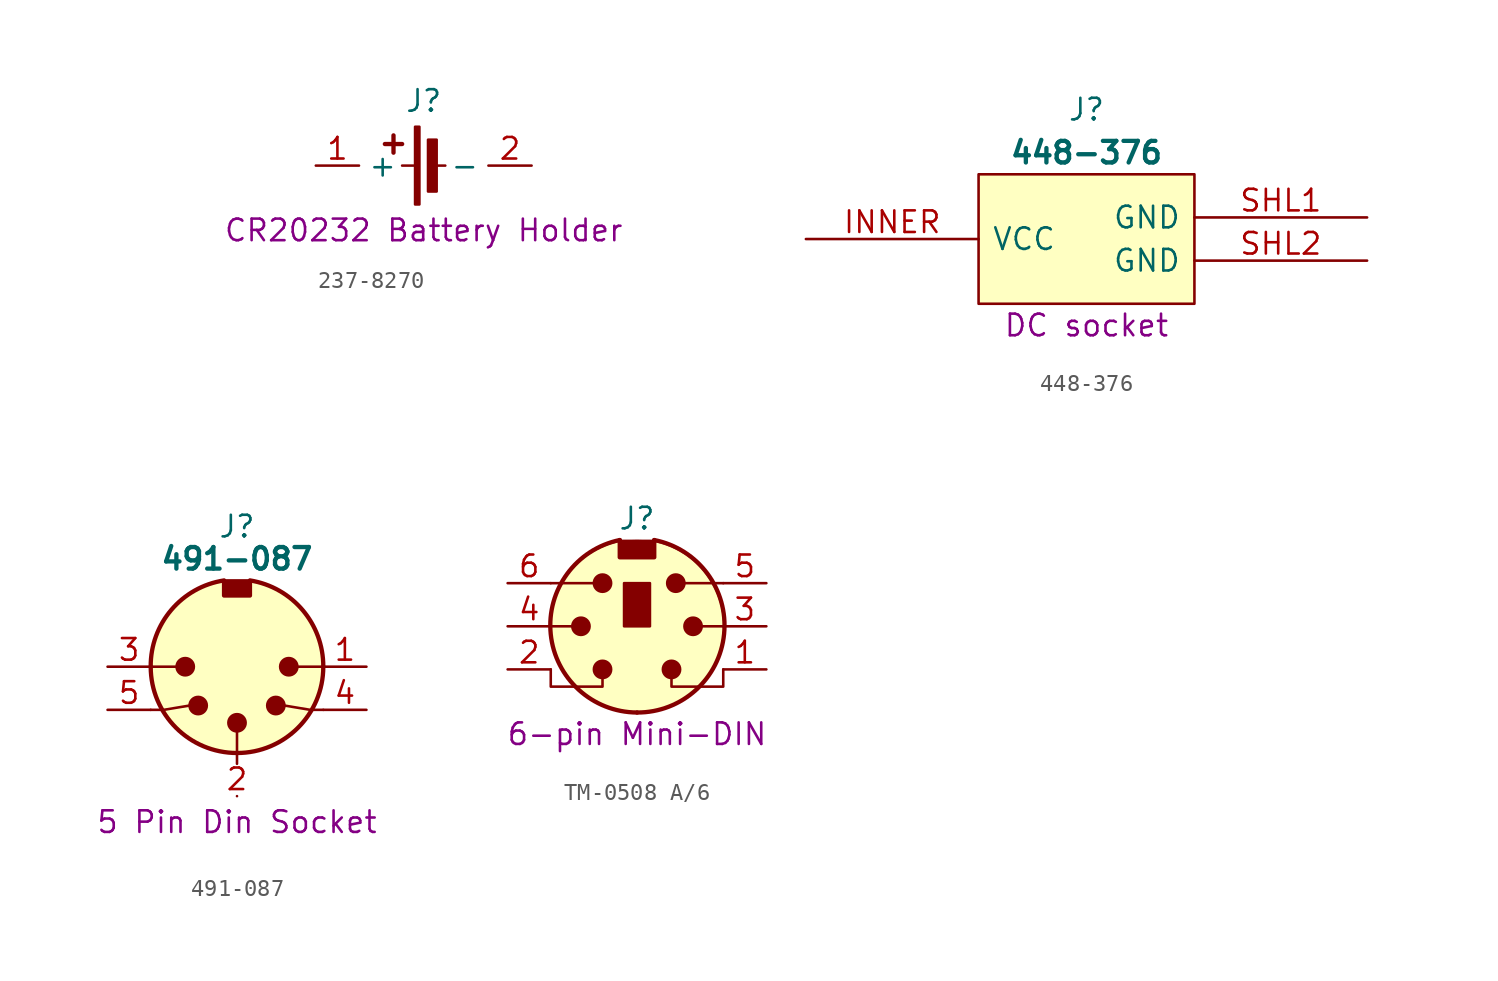
<source format=kicad_sym>
(kicad_symbol_lib
  (version 20231120)
  (generator "kicad_symbol_editor")
  (generator_version "8.0")
  (symbol "237-8270"
    (property "Reference" "J"
      (at 17.78 6.35 0)
      (effects (font (size 1.27 1.27))))
    (property "Value" ""
      (at 0 0 0)
      (effects (font (size 1.27 1.27))))
    (property "Description" "CR20232 Battery Holder"
      (at 17.78 -1.27 0)
      (effects (font (size 1.27 1.27))))
    (symbol "237-8270_0_1"
      (polyline (pts (xy 15.494 3.81) (xy 16.51 3.81)) (stroke (width 0.254) (type default)) (fill (type none)))
      (polyline (pts (xy 16.002 3.302) (xy 16.002 4.318)) (stroke (width 0.254) (type default)) (fill (type none)))
      (polyline (pts (xy 17.272 2.54) (xy 16.51 2.54)) (stroke (width 0) (type default)) (fill (type none)))
      (polyline (pts (xy 18.288 2.54) (xy 19.05 2.54)) (stroke (width 0) (type default)) (fill (type none)))
      (rectangle (start 17.272 0.254) (end 17.526 4.826) (stroke (width 0) (type default)) (fill (type outline)))
      (rectangle (start 18.034 1.016) (end 18.542 4.064) (stroke (width 0) (type default)) (fill (type outline))))
    (symbol "237-8270_1_1"
      (pin passive line (at 11.43 2.54 0) (length 2.54) (name "+" (effects (font (size 1.27 1.27)))) (number "1" (effects (font (size 1.27 1.27)))))
      (pin passive line (at 24.13 2.54 180) (length 2.54) (name "-" (effects (font (size 1.27 1.27)))) (number "2" (effects (font (size 1.27 1.27)))))))
  (symbol "448-376"
    (pin_names
      (offset 0.762))
    (property "Reference" "J"
      (at 11.43 6.35 0)
      (effects (font (size 1.27 1.27))))
    (property "Value" "448-376"
      (at 11.43 3.81 0)
      (effects (font (size 1.27 1.27) (bold yes))))
    (property "Description" "DC socket"
      (at 11.43 -6.35 0)
      (effects (font (size 1.27 1.27))))
    (symbol "448-376_0_1"
      (polyline (pts (xy 5.08 2.54) (xy 17.78 2.54) (xy 17.78 -5.08) (xy 5.08 -5.08) (xy 5.08 2.54)) (stroke (width 0.152) (type default)) (fill (type background))))
    (symbol "448-376_1_0"
      (pin passive line (at -5.08 -1.27 0) (length 10.16) (name "VCC" (effects (font (size 1.27 1.27)))) (number "INNER" (effects (font (size 1.27 1.27)))))
      (pin passive line (at 27.94 0 180) (length 10.16) (name "GND" (effects (font (size 1.27 1.27)))) (number "SHL1" (effects (font (size 1.27 1.27)))))
      (pin passive line (at 27.94 -2.54 180) (length 10.16) (name "GND" (effects (font (size 1.27 1.27)))) (number "SHL2" (effects (font (size 1.27 1.27)))))))
  (symbol "491-087"
    (pin_names
      (offset 0.762))
    (property "Reference" "J"
      (at 7.62 8.255 0)
      (effects (font (size 1.27 1.27))))
    (property "Value" "491-087"
      (at 7.62 6.35 0)
      (effects (font (size 1.27 1.27) (bold yes))))
    (property "Description" "5 Pin Din Socket"
      (at 7.62 -9.144 0)
      (effects (font (size 1.27 1.27))))
    (symbol "491-087_0_0"
      (pin no_connect line (at 0 -5.08 0) (length 7) hide (name "" (effects (font (size 1.27 1.27)))) (number "6" (effects (font (size 1.27 1.27)))))
      (pin no_connect line (at 15.24 -5.08 180) (length 7) hide (name "" (effects (font (size 1.27 1.27)))) (number "7" (effects (font (size 1.27 1.27))))))
    (symbol "491-087_0_1"
      (polyline (pts (xy 2.54 0) (xy 4.064 0)) (stroke (width 0) (type default)) (fill (type none)))
      (polyline (pts (xy 7.62 -5.715) (xy 7.62 -3.81)) (stroke (width 0) (type default)) (fill (type none)))
      (polyline (pts (xy 12.7 0) (xy 11.176 0)) (stroke (width 0) (type default)) (fill (type none)))
      (polyline (pts (xy 2.54 -2.54) (xy 3.302 -2.54) (xy 4.826 -2.286)) (stroke (width 0) (type default)) (fill (type none)))
      (polyline (pts (xy 12.7 -2.54) (xy 11.938 -2.54) (xy 10.414 -2.286)) (stroke (width 0) (type default)) (fill (type none)))
      (polyline (pts (xy 8.382 4.953) (xy 8.382 4.191) (xy 6.858 4.191) (xy 6.858 4.953)) (stroke (width 0.254) (type default)) (fill (type none)))
      (arc (start 2.54 0) (mid 7.62 -5.0579) (end 12.7 0) (stroke (width 0.254) (type default)) (fill (type none)))
      (circle (center 4.572 0) (radius 0.508) (stroke (width 0) (type default)) (fill (type outline)))
      (circle (center 5.334 -2.286) (radius 0.508) (stroke (width 0) (type default)) (fill (type outline)))
      (arc (start 6.858 5.08) (mid 3.7527 3.3444) (end 2.54 0) (stroke (width 0.254) (type default)) (fill (type none)))
      (rectangle (start 6.858 5.08) (end 8.382 4.318) (stroke (width 0.152) (type default)) (fill (type outline)))
      (circle (center 7.62 -3.302) (radius 0.508) (stroke (width 0) (type default)) (fill (type outline)))
      (circle (center 7.62 0) (radius 5.08) (stroke (width 0.001) (type default)) (fill (type background)))
      (circle (center 9.906 -2.286) (radius 0.508) (stroke (width 0) (type default)) (fill (type outline)))
      (circle (center 10.668 0) (radius 0.508) (stroke (width 0) (type default)) (fill (type outline)))
      (arc (start 12.7 0) (mid 11.4797 3.3379) (end 8.382 5.08) (stroke (width 0.254) (type default)) (fill (type none))))
    (symbol "491-087_1_1"
      (pin passive line (at 15.24 0 180) (length 2.54) (name "" (effects (font (size 1.27 1.27)))) (number "1" (effects (font (size 1.27 1.27)))))
      (pin passive line (at 7.62 -7.62 0) (length 0) (name "" (effects (font (size 1.27 1.27)))) (number "2" (effects (font (size 1.27 1.27)))))
      (pin passive line (at 0 0 0) (length 2.54) (name "" (effects (font (size 1.27 1.27)))) (number "3" (effects (font (size 1.27 1.27)))))
      (pin passive line (at 15.24 -2.54 180) (length 2.54) (name "~" (effects (font (size 1.27 1.27)))) (number "4" (effects (font (size 1.27 1.27)))))
      (pin passive line (at 0 -2.54 0) (length 2.54) (name "" (effects (font (size 1.27 1.27)))) (number "5" (effects (font (size 1.27 1.27)))))))
  (symbol "TM-0508 A/6"
    (pin_names
      (offset 1.016))
    (property "Reference" "J"
      (at 0 6.35 0)
      (effects (font (size 1.27 1.27))))
    (property "Description" "6-pin Mini-DIN"
      (at 0 -6.35 0)
      (effects (font (size 1.27 1.27))))
    (symbol "TM-0508 A/6_0_1"
      (rectangle (start -1.016 5.029) (end 1.016 4.064) (stroke (width 0) (type default)) (fill (type outline)))
      (arc (start -1.016 5.08) (mid -5.0818 -0.4574) (end 0 -5.08) (stroke (width 0.254) (type default)) (fill (type none)))
      (rectangle (start -0.762 2.54) (end 0.762 0) (stroke (width 0) (type default)) (fill (type outline)))
      (arc (start 0 -5.08) (mid 5.1294 -0.4622) (end 1.016 5.08) (stroke (width 0.254) (type default)) (fill (type none)))
      (polyline (pts (xy -3.81 0) (xy -5.08 0)) (stroke (width 0) (type default)) (fill (type none)))
      (polyline (pts (xy -2.54 2.54) (xy -5.08 2.54)) (stroke (width 0) (type default)) (fill (type none)))
      (polyline (pts (xy 2.794 2.54) (xy 5.08 2.54)) (stroke (width 0) (type default)) (fill (type none)))
      (polyline (pts (xy 5.08 0) (xy 3.81 0)) (stroke (width 0) (type default)) (fill (type none)))
      (polyline (pts (xy -2.032 -3.048) (xy -2.032 -3.556) (xy -5.08 -3.556) (xy -5.08 -2.54)) (stroke (width 0) (type default)) (fill (type none)))
      (polyline (pts (xy -1.016 5.08) (xy -1.016 4.064) (xy 1.016 4.064) (xy 1.016 5.08)) (stroke (width 0.254) (type default)) (fill (type none)))
      (polyline (pts (xy 2.032 -3.048) (xy 2.032 -3.556) (xy 5.08 -3.556) (xy 5.08 -2.54)) (stroke (width 0) (type default)) (fill (type none)))
      (circle (center 0 0) (radius 5.08) (stroke (width 0.001) (type default)) (fill (type background))))
    (symbol "TM-0508 A/6_1_1"
      (circle (center -3.302 0) (radius 0.508) (stroke (width 0) (type default)) (fill (type outline)))
      (circle (center -2.032 -2.54) (radius 0.508) (stroke (width 0) (type default)) (fill (type outline)))
      (circle (center -2.032 2.54) (radius 0.508) (stroke (width 0) (type default)) (fill (type outline)))
      (circle (center 2.032 -2.54) (radius 0.508) (stroke (width 0) (type default)) (fill (type outline)))
      (circle (center 2.286 2.54) (radius 0.508) (stroke (width 0) (type default)) (fill (type outline)))
      (circle (center 3.302 0) (radius 0.508) (stroke (width 0) (type default)) (fill (type outline)))
      (pin passive line (at 7.62 -2.54 180) (length 2.54) (name "~" (effects (font (size 1.27 1.27)))) (number "1" (effects (font (size 1.27 1.27)))))
      (pin passive line (at -7.62 -2.54 0) (length 2.54) (name "~" (effects (font (size 1.27 1.27)))) (number "2" (effects (font (size 1.27 1.27)))))
      (pin passive line (at 7.62 0 180) (length 2.54) (name "~" (effects (font (size 1.27 1.27)))) (number "3" (effects (font (size 1.27 1.27)))))
      (pin passive line (at -7.62 0 0) (length 2.54) (name "~" (effects (font (size 1.27 1.27)))) (number "4" (effects (font (size 1.27 1.27)))))
      (pin passive line (at 7.62 2.54 180) (length 2.54) (name "~" (effects (font (size 1.27 1.27)))) (number "5" (effects (font (size 1.27 1.27)))))
      (pin passive line (at -7.62 2.54 0) (length 2.54) (name "~" (effects (font (size 1.27 1.27)))) (number "6" (effects (font (size 1.27 1.27))))))))
</source>
